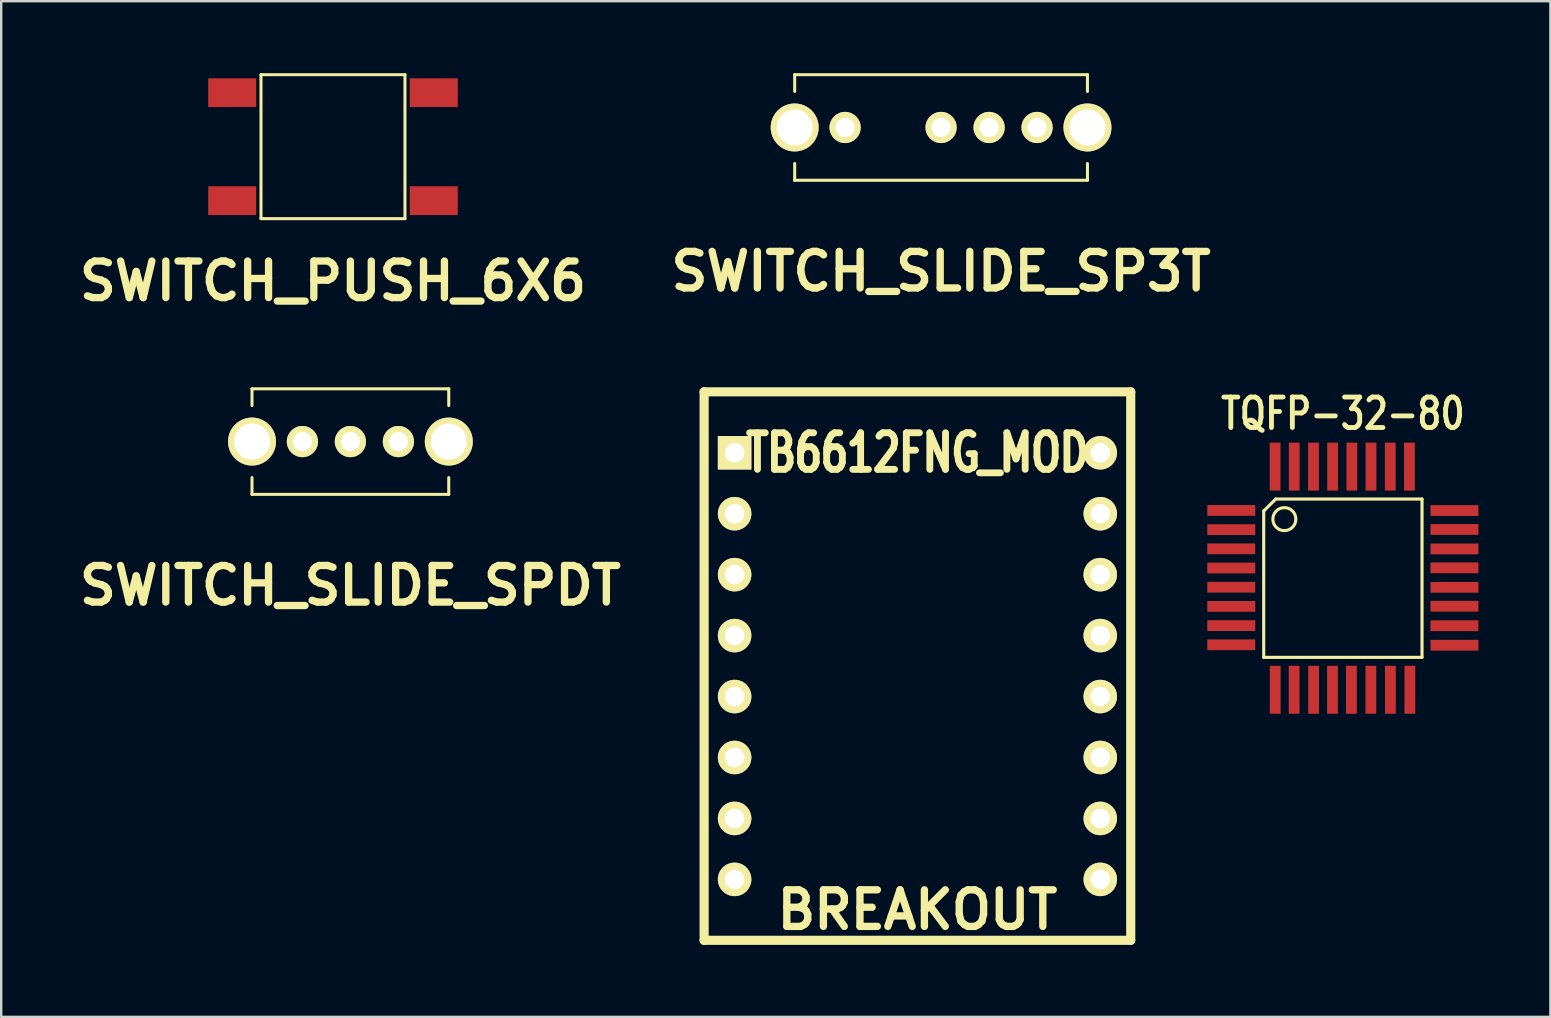
<source format=kicad_pcb>
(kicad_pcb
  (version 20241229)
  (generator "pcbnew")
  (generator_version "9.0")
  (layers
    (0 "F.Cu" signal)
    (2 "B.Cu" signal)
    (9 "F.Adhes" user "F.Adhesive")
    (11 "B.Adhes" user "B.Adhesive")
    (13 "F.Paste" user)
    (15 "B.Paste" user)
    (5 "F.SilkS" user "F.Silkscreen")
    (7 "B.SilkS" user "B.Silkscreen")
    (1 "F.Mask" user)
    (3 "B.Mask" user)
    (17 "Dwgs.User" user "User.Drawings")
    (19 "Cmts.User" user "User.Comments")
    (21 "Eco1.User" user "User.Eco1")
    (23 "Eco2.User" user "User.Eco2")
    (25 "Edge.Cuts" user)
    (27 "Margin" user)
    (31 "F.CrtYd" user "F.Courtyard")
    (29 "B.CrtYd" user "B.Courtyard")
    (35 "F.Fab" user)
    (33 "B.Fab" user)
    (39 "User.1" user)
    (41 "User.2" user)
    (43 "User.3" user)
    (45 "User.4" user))
  (footprint "TB6612FNG_MOD"
    (layer "F.Cu")
    (at 27.567 15.821)
    (property "Reference" "TB6612FNG_MOD" (at 7.62 0 0) (layer "F.SilkS") (effects (font (size 1.524 1.143) (thickness 0.287))))
    (attr through_hole)
    (fp_line (start -1.27 20.32) (end -1.27 -2.54) (stroke (width 0.381) (type solid)) (layer "F.SilkS"))
    (fp_line (start -1.27 20.32) (end 16.51 20.32) (stroke (width 0.381) (type solid)) (layer "F.SilkS"))
    (fp_line (start 16.51 -2.54) (end -1.27 -2.54) (stroke (width 0.381) (type solid)) (layer "F.SilkS"))
    (fp_line (start 16.51 -2.54) (end 16.51 20.32) (stroke (width 0.381) (type solid)) (layer "F.SilkS"))
    (fp_text user "BREAKOUT" (at 7.62 19.05 0) (layer "F.SilkS") (effects (font (size 1.524 1.524) (thickness 0.305))))
    (pad "1" thru_hole rect (at 0 0) (size 1.397 1.397) (drill 0.813) (layers "*.Cu" "*.Mask" "F.SilkS"))
    (pad "2" thru_hole circle (at 0 2.54) (size 1.397 1.397) (drill 0.813) (layers "*.Cu" "*.Mask" "F.SilkS"))
    (pad "3" thru_hole circle (at 0 5.08) (size 1.397 1.397) (drill 0.813) (layers "*.Cu" "*.Mask" "F.SilkS"))
    (pad "4" thru_hole circle (at 0 7.62) (size 1.397 1.397) (drill 0.813) (layers "*.Cu" "*.Mask" "F.SilkS"))
    (pad "5" thru_hole circle (at 0 10.16) (size 1.397 1.397) (drill 0.813) (layers "*.Cu" "*.Mask" "F.SilkS"))
    (pad "6" thru_hole circle (at 0 12.7) (size 1.397 1.397) (drill 0.813) (layers "*.Cu" "*.Mask" "F.SilkS"))
    (pad "7" thru_hole circle (at 0 15.24) (size 1.397 1.397) (drill 0.813) (layers "*.Cu" "*.Mask" "F.SilkS"))
    (pad "8" thru_hole circle (at 0 17.78) (size 1.397 1.397) (drill 0.813) (layers "*.Cu" "*.Mask" "F.SilkS"))
    (pad "9" thru_hole circle (at 15.24 17.78) (size 1.397 1.397) (drill 0.813) (layers "*.Cu" "*.Mask" "F.SilkS"))
    (pad "10" thru_hole circle (at 15.24 15.24) (size 1.397 1.397) (drill 0.813) (layers "*.Cu" "*.Mask" "F.SilkS"))
    (pad "11" thru_hole circle (at 15.24 12.7) (size 1.397 1.397) (drill 0.813) (layers "*.Cu" "*.Mask" "F.SilkS"))
    (pad "12" thru_hole circle (at 15.24 10.16) (size 1.397 1.397) (drill 0.813) (layers "*.Cu" "*.Mask" "F.SilkS"))
    (pad "13" thru_hole circle (at 15.24 7.62) (size 1.397 1.397) (drill 0.813) (layers "*.Cu" "*.Mask" "F.SilkS"))
    (pad "14" thru_hole circle (at 15.24 5.08) (size 1.397 1.397) (drill 0.813) (layers "*.Cu" "*.Mask" "F.SilkS"))
    (pad "15" thru_hole circle (at 15.24 2.54) (size 1.397 1.397) (drill 0.813) (layers "*.Cu" "*.Mask" "F.SilkS"))
    (pad "16" thru_hole circle (at 15.24 0) (size 1.397 1.397) (drill 0.813) (layers "*.Cu" "*.Mask" "F.SilkS")))
  (footprint "SWITCH_SLIDE_SP3T"
    (layer "F.Cu")
    (at 36.172 2.263)
    (property "Reference" "SWITCH_SLIDE_SP3T" (at 0 5.999 0) (layer "F.SilkS") (effects (font (size 1.524 1.524) (thickness 0.305))))
    (attr through_hole)
    (fp_line (start -6.101 -2.2) (end -6.101 -1.501) (stroke (width 0.127) (type solid)) (layer "F.SilkS"))
    (fp_line (start -6.101 1.501) (end -6.101 2.2) (stroke (width 0.127) (type solid)) (layer "F.SilkS"))
    (fp_line (start -6.101 2.2) (end 6.101 2.2) (stroke (width 0.127) (type solid)) (layer "F.SilkS"))
    (fp_line (start 6.101 -2.2) (end -6.101 -2.2) (stroke (width 0.127) (type solid)) (layer "F.SilkS"))
    (fp_line (start 6.101 -1.501) (end 6.101 -2.2) (stroke (width 0.127) (type solid)) (layer "F.SilkS"))
    (fp_line (start 6.101 2.2) (end 6.101 1.501) (stroke (width 0.127) (type solid)) (layer "F.SilkS"))
    (pad "" thru_hole circle (at -6.101 0) (size 1.999 1.999) (drill 1.501) (layers "*.Cu" "*.Mask" "F.SilkS"))
    (pad "" thru_hole circle (at 6.101 0) (size 1.999 1.999) (drill 1.501) (layers "*.Cu" "*.Mask" "F.SilkS"))
    (pad "1" thru_hole circle (at -4 0) (size 1.3 1.3) (drill 0.8) (layers "*.Cu" "*.Mask" "F.SilkS"))
    (pad "2" thru_hole circle (at 0 0) (size 1.3 1.3) (drill 0.8) (layers "*.Cu" "*.Mask" "F.SilkS"))
    (pad "3" thru_hole circle (at 2.002 0) (size 1.3 1.3) (drill 0.8) (layers "*.Cu" "*.Mask" "F.SilkS"))
    (pad "4" thru_hole circle (at 4 0) (size 1.3 1.3) (drill 0.8) (layers "*.Cu" "*.Mask" "F.SilkS")))
  (footprint "SWITCH_PUSH_6X6"
    (layer "F.Cu")
    (at 10.828 3.063)
    (property "Reference" "SWITCH_PUSH_6X6" (at 0 5.601 0) (layer "F.SilkS") (effects (font (size 1.524 1.524) (thickness 0.305))))
    (attr through_hole)
    (fp_line (start -3 -3) (end 3 -3) (stroke (width 0.127) (type solid)) (layer "F.SilkS"))
    (fp_line (start -3 3) (end -3 -3) (stroke (width 0.127) (type solid)) (layer "F.SilkS"))
    (fp_line (start 3 -3) (end 3 3) (stroke (width 0.127) (type solid)) (layer "F.SilkS"))
    (fp_line (start 3 3) (end -3 3) (stroke (width 0.127) (type solid)) (layer "F.SilkS"))
    (pad "1" smd rect (at -4.201 -2.25) (size 1.999 1.199) (layers "F.Cu" "F.Mask" "F.Paste"))
    (pad "1" smd rect (at 4.201 -2.25) (size 1.999 1.199) (layers "F.Cu" "F.Mask" "F.Paste"))
    (pad "2" smd rect (at -4.201 2.25) (size 1.999 1.199) (layers "F.Cu" "F.Mask" "F.Paste"))
    (pad "2" smd rect (at 4.201 2.25) (size 1.999 1.199) (layers "F.Cu" "F.Mask" "F.Paste")))
  (footprint "SWITCH_SLIDE_SPDT"
    (layer "F.Cu")
    (at 11.553 15.354)
    (property "Reference" "SWITCH_SLIDE_SPDT" (at 0 5.999 0) (layer "F.SilkS") (effects (font (size 1.524 1.524) (thickness 0.305))))
    (attr through_hole)
    (fp_line (start -4.1 -2.2) (end -4.1 -1.501) (stroke (width 0.127) (type solid)) (layer "F.SilkS"))
    (fp_line (start -4.1 1.501) (end -4.1 2.2) (stroke (width 0.127) (type solid)) (layer "F.SilkS"))
    (fp_line (start -4.1 2.2) (end 4.1 2.2) (stroke (width 0.127) (type solid)) (layer "F.SilkS"))
    (fp_line (start 4.1 -2.2) (end -4.1 -2.2) (stroke (width 0.127) (type solid)) (layer "F.SilkS"))
    (fp_line (start 4.1 -1.501) (end 4.1 -2.2) (stroke (width 0.127) (type solid)) (layer "F.SilkS"))
    (fp_line (start 4.1 2.2) (end 4.1 1.501) (stroke (width 0.127) (type solid)) (layer "F.SilkS"))
    (pad "" thru_hole circle (at -4.1 0) (size 1.999 1.999) (drill 1.501) (layers "*.Cu" "*.Mask" "F.SilkS"))
    (pad "" thru_hole circle (at 4.102 0) (size 1.999 1.999) (drill 1.501) (layers "*.Cu" "*.Mask" "F.SilkS"))
    (pad "1" thru_hole circle (at -1.999 0) (size 1.3 1.3) (drill 0.8) (layers "*.Cu" "*.Mask" "F.SilkS"))
    (pad "2" thru_hole circle (at 0 0) (size 1.3 1.3) (drill 0.8) (layers "*.Cu" "*.Mask" "F.SilkS"))
    (pad "3" thru_hole circle (at 2.002 0) (size 1.3 1.3) (drill 0.8) (layers "*.Cu" "*.Mask" "F.SilkS")))
  (footprint "TQFP-32-80"
    (layer "F.Cu")
    (at 52.918 21.048)
    (property "Reference" "TQFP-32-80" (at 0 -6.858 0) (layer "F.SilkS") (effects (font (size 1.27 1.016) (thickness 0.203))))
    (attr through_hole)
    (fp_line (start -3.299 -2.799) (end -2.799 -3.299) (stroke (width 0.13) (type solid)) (layer "F.SilkS"))
    (fp_line (start -3.299 3.299) (end -3.299 -2.799) (stroke (width 0.13) (type solid)) (layer "F.SilkS"))
    (fp_line (start -2.799 -3.299) (end 3.299 -3.299) (stroke (width 0.13) (type solid)) (layer "F.SilkS"))
    (fp_line (start 3.299 -3.299) (end 3.299 3.299) (stroke (width 0.13) (type solid)) (layer "F.SilkS"))
    (fp_line (start 3.299 3.299) (end -3.299 3.299) (stroke (width 0.13) (type solid)) (layer "F.SilkS"))
    (fp_circle (center -2.438 -2.461) (end -2.032 -2.207) (stroke (width 0.13) (type solid)) (fill no) (layer "F.SilkS"))
    (pad "1" smd rect (at -4.651 -2.824) (size 1.999 0.45) (layers "F.Cu" "F.Mask" "F.Paste"))
    (pad "2" smd rect (at -4.651 -2.024) (size 1.999 0.45) (layers "F.Cu" "F.Mask" "F.Paste"))
    (pad "3" smd rect (at -4.651 -1.224) (size 1.999 0.45) (layers "F.Cu" "F.Mask" "F.Paste"))
    (pad "4" smd rect (at -4.651 -0.424) (size 1.999 0.45) (layers "F.Cu" "F.Mask" "F.Paste"))
    (pad "5" smd rect (at -4.651 0.376) (size 1.999 0.45) (layers "F.Cu" "F.Mask" "F.Paste"))
    (pad "6" smd rect (at -4.651 1.176) (size 1.999 0.45) (layers "F.Cu" "F.Mask" "F.Paste"))
    (pad "7" smd rect (at -4.651 1.976) (size 1.999 0.45) (layers "F.Cu" "F.Mask" "F.Paste"))
    (pad "8" smd rect (at -4.651 2.776) (size 1.999 0.45) (layers "F.Cu" "F.Mask" "F.Paste"))
    (pad "9" smd rect (at -2.819 4.651) (size 0.45 1.999) (layers "F.Cu" "F.Mask" "F.Paste"))
    (pad "10" smd rect (at -2.032 4.651) (size 0.45 1.999) (layers "F.Cu" "F.Mask" "F.Paste"))
    (pad "11" smd rect (at -1.219 4.651) (size 0.45 1.999) (layers "F.Cu" "F.Mask" "F.Paste"))
    (pad "12" smd rect (at -0.432 4.651) (size 0.45 1.999) (layers "F.Cu" "F.Mask" "F.Paste"))
    (pad "13" smd rect (at 0.356 4.651) (size 0.45 1.999) (layers "F.Cu" "F.Mask" "F.Paste"))
    (pad "14" smd rect (at 1.168 4.651) (size 0.45 1.999) (layers "F.Cu" "F.Mask" "F.Paste"))
    (pad "15" smd rect (at 1.981 4.651) (size 0.45 1.999) (layers "F.Cu" "F.Mask" "F.Paste"))
    (pad "16" smd rect (at 2.794 4.651) (size 0.45 1.999) (layers "F.Cu" "F.Mask" "F.Paste"))
    (pad "17" smd rect (at 4.651 2.794) (size 1.999 0.45) (layers "F.Cu" "F.Mask" "F.Paste"))
    (pad "18" smd rect (at 4.651 1.981) (size 1.999 0.45) (layers "F.Cu" "F.Mask" "F.Paste"))
    (pad "19" smd rect (at 4.651 1.168) (size 1.999 0.45) (layers "F.Cu" "F.Mask" "F.Paste"))
    (pad "20" smd rect (at 4.651 0.381) (size 1.999 0.45) (layers "F.Cu" "F.Mask" "F.Paste"))
    (pad "21" smd rect (at 4.651 -0.432) (size 1.999 0.45) (layers "F.Cu" "F.Mask" "F.Paste"))
    (pad "22" smd rect (at 4.651 -1.219) (size 1.999 0.45) (layers "F.Cu" "F.Mask" "F.Paste"))
    (pad "23" smd rect (at 4.651 -2.032) (size 1.999 0.45) (layers "F.Cu" "F.Mask" "F.Paste"))
    (pad "24" smd rect (at 4.651 -2.819) (size 1.999 0.45) (layers "F.Cu" "F.Mask" "F.Paste"))
    (pad "25" smd rect (at 2.774 -4.651) (size 0.45 1.999) (layers "F.Cu" "F.Mask" "F.Paste"))
    (pad "26" smd rect (at 1.976 -4.651) (size 0.45 1.999) (layers "F.Cu" "F.Mask" "F.Paste"))
    (pad "27" smd rect (at 1.173 -4.651) (size 0.45 1.999) (layers "F.Cu" "F.Mask" "F.Paste"))
    (pad "28" smd rect (at 0.376 -4.651) (size 0.45 1.999) (layers "F.Cu" "F.Mask" "F.Paste"))
    (pad "29" smd rect (at -0.427 -4.651) (size 0.45 1.999) (layers "F.Cu" "F.Mask" "F.Paste"))
    (pad "30" smd rect (at -1.224 -4.651) (size 0.45 1.999) (layers "F.Cu" "F.Mask" "F.Paste"))
    (pad "31" smd rect (at -2.027 -4.651) (size 0.45 1.999) (layers "F.Cu" "F.Mask" "F.Paste"))
    (pad "32" smd rect (at -2.824 -4.651) (size 0.45 1.999) (layers "F.Cu" "F.Mask" "F.Paste")))
  (gr_rect
    (start -3 -3)
    (end 61.568 39.331)
    (stroke (width 0.1) (type default))
    (fill no)
    (layer "Edge.Cuts")))
</source>
